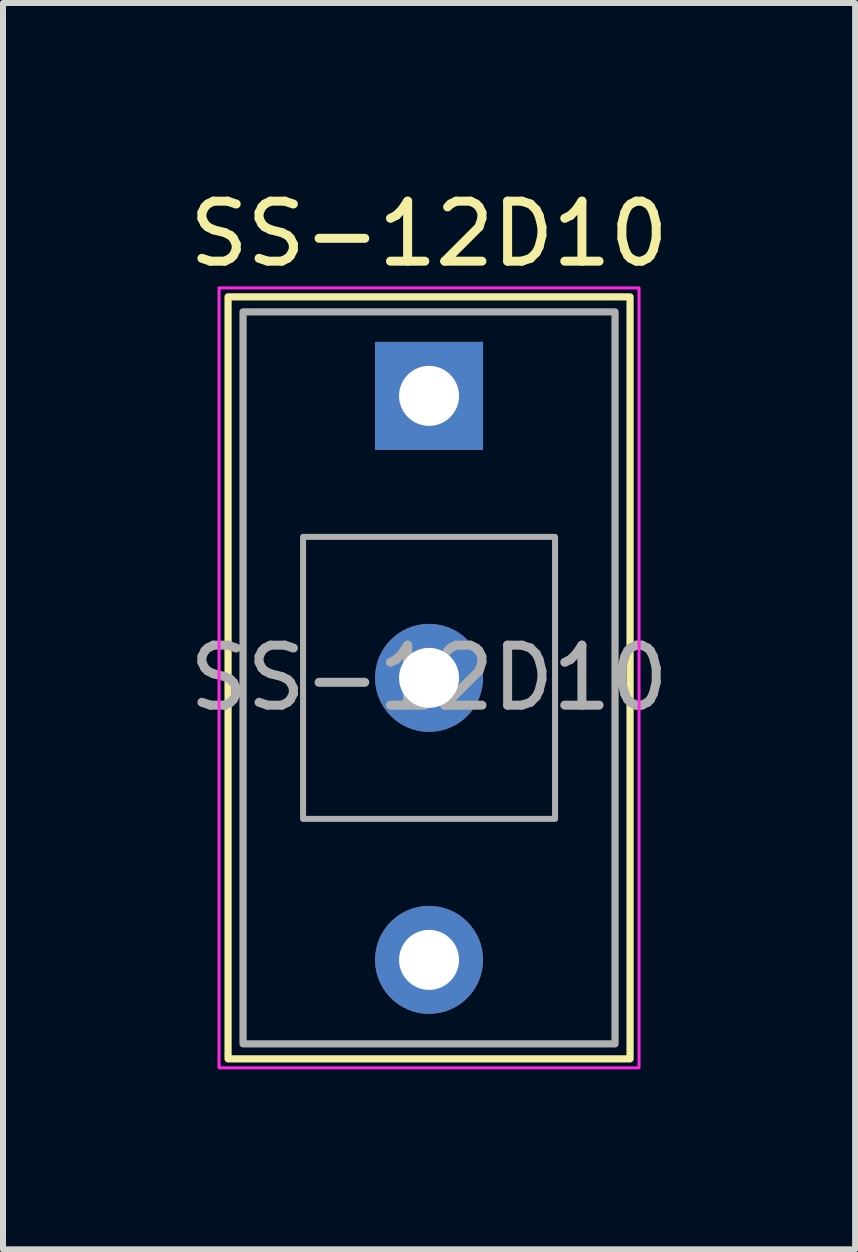
<source format=kicad_pcb>
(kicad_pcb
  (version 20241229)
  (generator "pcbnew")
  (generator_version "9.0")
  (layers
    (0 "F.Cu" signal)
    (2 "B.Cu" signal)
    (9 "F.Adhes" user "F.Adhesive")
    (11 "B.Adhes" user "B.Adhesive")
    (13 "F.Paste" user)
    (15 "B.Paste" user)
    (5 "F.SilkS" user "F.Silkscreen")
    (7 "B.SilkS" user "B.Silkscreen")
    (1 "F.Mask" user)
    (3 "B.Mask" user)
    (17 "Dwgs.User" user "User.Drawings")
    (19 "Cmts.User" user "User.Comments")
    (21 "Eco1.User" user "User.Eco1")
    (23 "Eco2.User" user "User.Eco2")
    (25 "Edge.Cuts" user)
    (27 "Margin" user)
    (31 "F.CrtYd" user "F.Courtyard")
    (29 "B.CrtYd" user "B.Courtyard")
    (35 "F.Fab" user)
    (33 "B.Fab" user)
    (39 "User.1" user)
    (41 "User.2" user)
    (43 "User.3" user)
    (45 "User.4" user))
  (footprint "SS-12D10"
    (layer "F.Cu")
    (at 4.101 3.548)
    (property "Reference" "SS-12D10" (at 0 -2.7 0) (unlocked yes) (layer "F.SilkS") (effects (font (size 1 1) (thickness 0.15))))
    (attr through_hole)
    (fp_rect (start -3.35 -1.65) (end 3.35 11.05) (stroke (width 0.12) (type solid)) (fill no) (layer "F.SilkS"))
    (fp_rect (start 3.5 -1.8) (end -3.5 11.2) (stroke (width 0.05) (type solid)) (fill no) (layer "F.CrtYd"))
    (fp_rect (start -3.1 -1.4) (end 3.1 10.8) (stroke (width 0.12) (type solid)) (fill no) (layer "F.Fab"))
    (fp_rect (start -2.1 2.35) (end 2.1 7.05) (stroke (width 0.1) (type solid)) (fill no) (layer "F.Fab"))
    (fp_text user "${REFERENCE}" (at 0 4.7 0) (unlocked yes) (layer "F.Fab") (effects (font (size 1 1) (thickness 0.15))))
    (pad "1" thru_hole rect (at 0 0) (size 1.8 1.8) (drill 1) (layers "*.Cu" "*.Mask"))
    (pad "2" thru_hole circle (at 0 4.7) (size 1.8 1.8) (drill 1) (layers "*.Cu" "*.Mask"))
    (pad "3" thru_hole circle (at 0 9.4) (size 1.8 1.8) (drill 1) (layers "*.Cu" "*.Mask")))
  (gr_rect
    (start -3 -3)
    (end 11.202 17.773)
    (stroke (width 0.1) (type default))
    (fill no)
    (layer "Edge.Cuts")))
</source>
